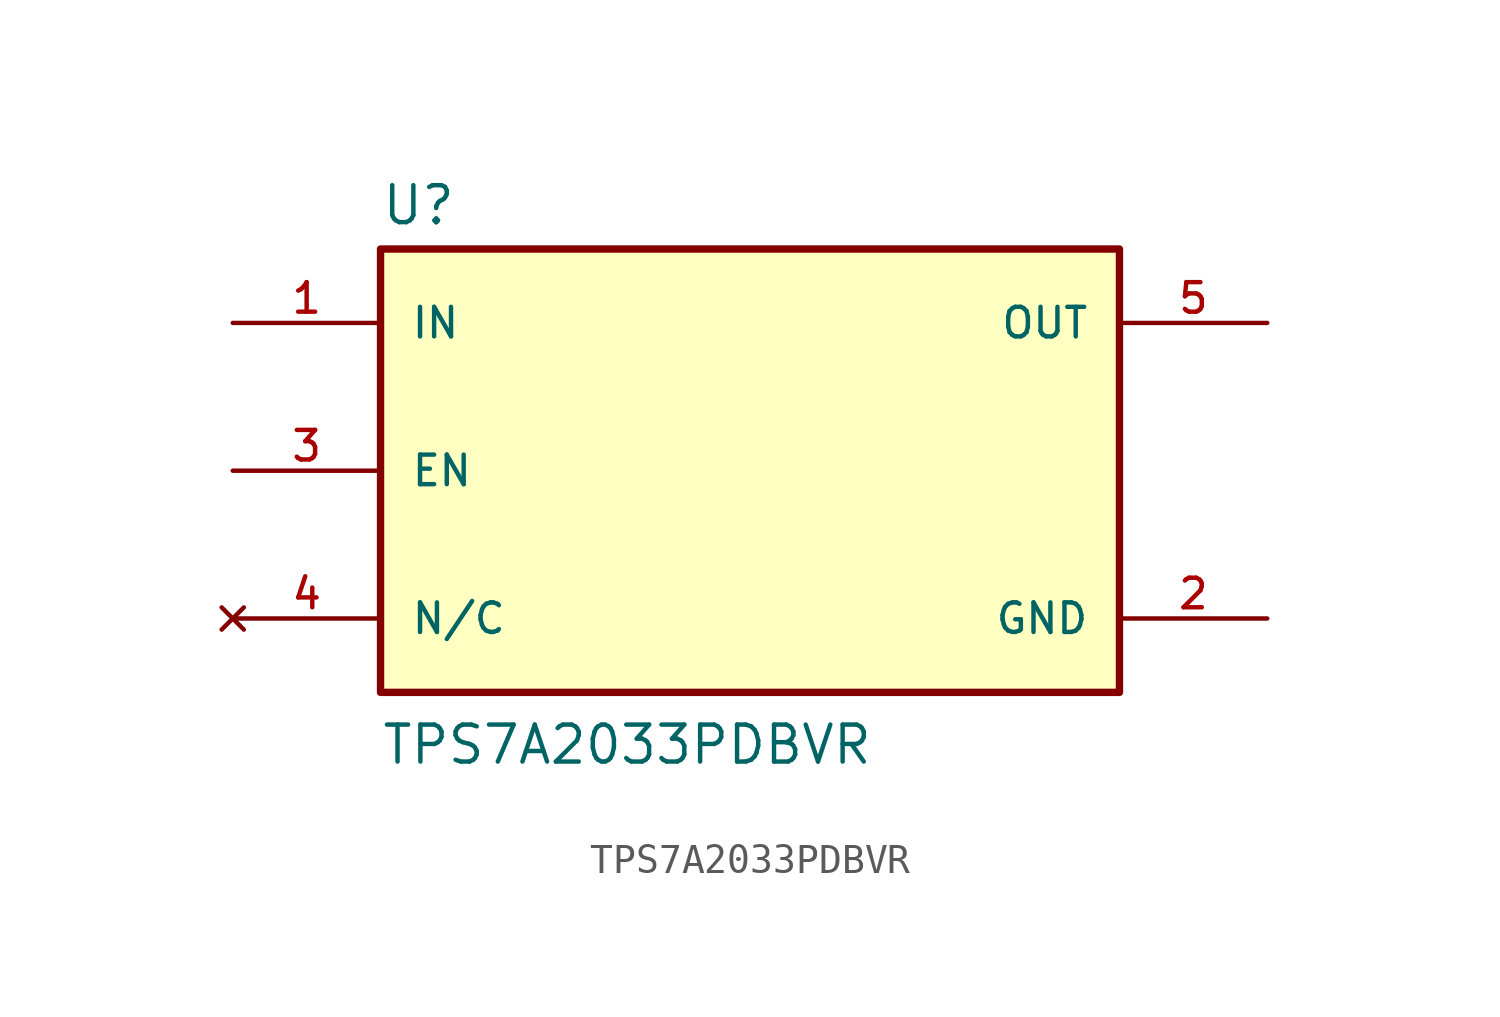
<source format=kicad_sym>
(kicad_symbol_lib
  (version 20211014)
  (generator kicad_symbol_editor)
  (symbol "TPS7A2033PDBVR"
    (pin_names
      (offset 1.016))
    (property "Reference" "U"
      (at -12.7 8.382 0)
      (effects (font (size 1.27 1.27)) (justify bottom left)))
    (property "Value" "TPS7A2033PDBVR"
      (at -12.7 -10.16 0)
      (effects (font (size 1.27 1.27)) (justify bottom left)))
    (symbol "TPS7A2033PDBVR_0_0"
      (rectangle (start -12.7 -7.62) (end 12.7 7.62) (stroke (width 0.254)) (fill (type background)))
      (pin power_in line (at 17.78 -5.08 180.0) (length 5.08) (name "GND" (effects (font (size 1.016 1.016)))) (number "2" (effects (font (size 1.016 1.016)))))
      (pin output line (at 17.78 5.08 180.0) (length 5.08) (name "OUT" (effects (font (size 1.016 1.016)))) (number "5" (effects (font (size 1.016 1.016)))))
      (pin input line (at -17.78 5.08 0) (length 5.08) (name "IN" (effects (font (size 1.016 1.016)))) (number "1" (effects (font (size 1.016 1.016)))))
      (pin no_connect line (at -17.78 -5.08 0) (length 5.08) (name "N/C" (effects (font (size 1.016 1.016)))) (number "4" (effects (font (size 1.016 1.016)))))
      (pin input line (at -17.78 0.0 0) (length 5.08) (name "EN" (effects (font (size 1.016 1.016)))) (number "3" (effects (font (size 1.016 1.016))))))))
</source>
